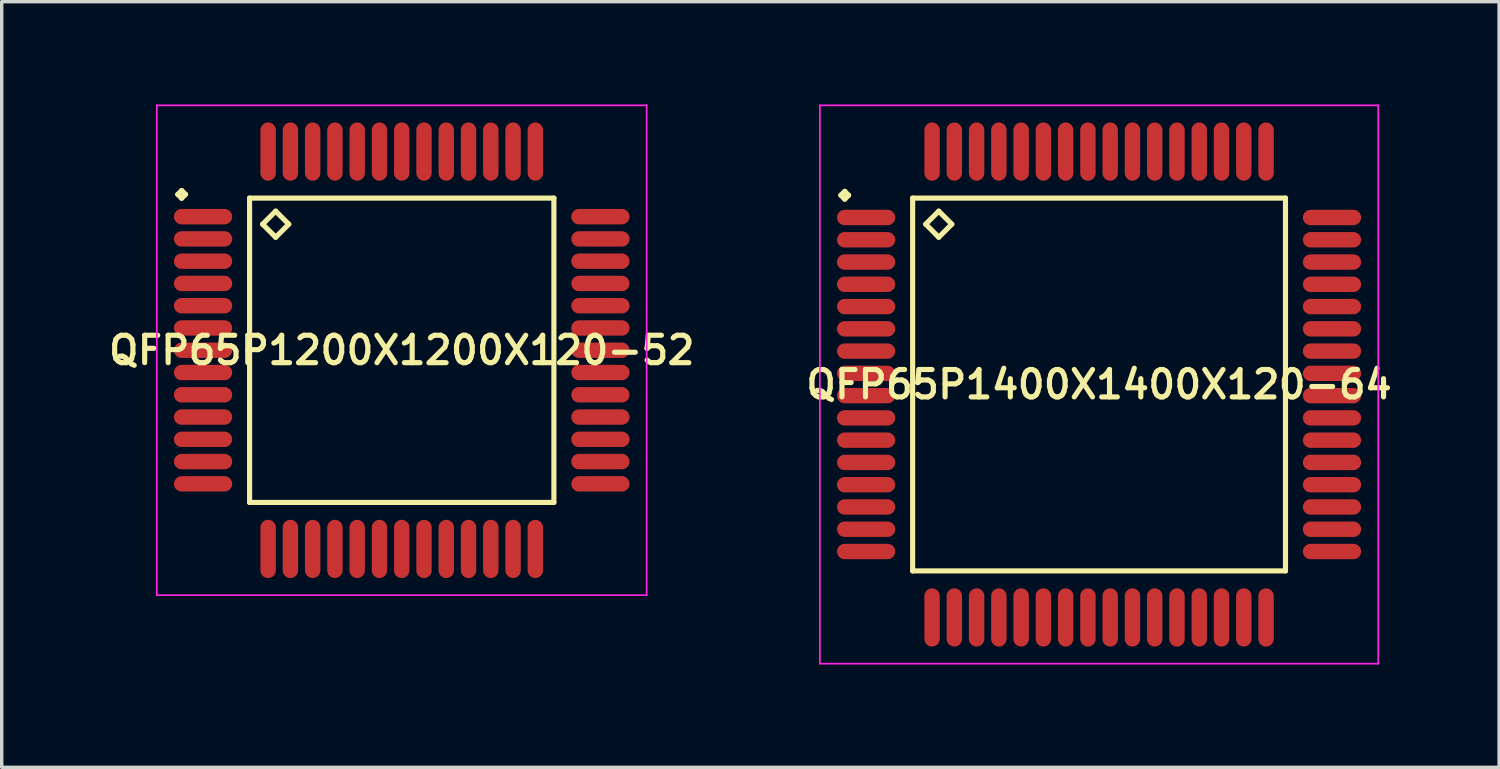
<source format=kicad_pcb>
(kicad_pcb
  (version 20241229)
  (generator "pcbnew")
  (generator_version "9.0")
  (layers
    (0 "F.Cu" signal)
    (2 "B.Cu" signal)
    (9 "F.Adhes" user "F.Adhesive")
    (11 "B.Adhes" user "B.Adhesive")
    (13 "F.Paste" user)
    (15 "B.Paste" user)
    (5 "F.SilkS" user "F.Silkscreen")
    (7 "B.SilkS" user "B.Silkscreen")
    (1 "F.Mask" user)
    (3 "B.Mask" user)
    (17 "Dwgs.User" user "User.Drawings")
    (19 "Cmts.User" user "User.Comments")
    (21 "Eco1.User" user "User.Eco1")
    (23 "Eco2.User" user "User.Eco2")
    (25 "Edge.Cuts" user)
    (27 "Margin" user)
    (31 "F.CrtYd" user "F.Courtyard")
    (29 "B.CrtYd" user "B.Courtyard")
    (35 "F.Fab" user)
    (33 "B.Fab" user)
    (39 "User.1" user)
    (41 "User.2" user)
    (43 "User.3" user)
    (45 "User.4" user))
  (footprint "QFP65P1400X1400X120-64"
    (layer "F.Cu")
    (at 29.035 8.175)
    (property "Reference" "QFP65P1400X1400X120-64" (at 0 0 0) (layer "F.SilkS") (effects (font (size 0.8 0.8) (thickness 0.15))))
    (attr smd)
    (fp_line (start -7.537 -5.525) (end -7.425 -5.638) (stroke (width 0.15) (type solid)) (layer "F.SilkS"))
    (fp_line (start -7.425 -5.638) (end -7.312 -5.525) (stroke (width 0.15) (type solid)) (layer "F.SilkS"))
    (fp_line (start -7.425 -5.412) (end -7.537 -5.525) (stroke (width 0.15) (type solid)) (layer "F.SilkS"))
    (fp_line (start -7.312 -5.525) (end -7.425 -5.412) (stroke (width 0.15) (type solid)) (layer "F.SilkS"))
    (fp_line (start -5.442 -5.442) (end -5.442 5.442) (stroke (width 0.15) (type solid)) (layer "F.SilkS"))
    (fp_line (start -5.442 5.442) (end 5.442 5.442) (stroke (width 0.15) (type solid)) (layer "F.SilkS"))
    (fp_line (start -5.061 -4.68) (end -4.68 -5.061) (stroke (width 0.15) (type solid)) (layer "F.SilkS"))
    (fp_line (start -4.68 -5.061) (end -4.299 -4.68) (stroke (width 0.15) (type solid)) (layer "F.SilkS"))
    (fp_line (start -4.68 -4.299) (end -5.061 -4.68) (stroke (width 0.15) (type solid)) (layer "F.SilkS"))
    (fp_line (start -4.299 -4.68) (end -4.68 -4.299) (stroke (width 0.15) (type solid)) (layer "F.SilkS"))
    (fp_line (start 5.442 -5.442) (end -5.442 -5.442) (stroke (width 0.15) (type solid)) (layer "F.SilkS"))
    (fp_line (start 5.442 5.442) (end 5.442 -5.442) (stroke (width 0.15) (type solid)) (layer "F.SilkS"))
    (fp_line (start -8.15 -8.15) (end 8.15 -8.15) (stroke (width 0.05) (type solid)) (layer "F.CrtYd"))
    (fp_line (start -8.15 8.15) (end -8.15 -8.15) (stroke (width 0.05) (type solid)) (layer "F.CrtYd"))
    (fp_line (start 8.15 -8.15) (end 8.15 8.15) (stroke (width 0.05) (type solid)) (layer "F.CrtYd"))
    (fp_line (start 8.15 8.15) (end -8.15 8.15) (stroke (width 0.05) (type solid)) (layer "F.CrtYd"))
    (pad "1" smd oval (at -6.8 -4.875) (size 1.7 0.45) (layers "F.Cu" "F.Mask" "F.Paste"))
    (pad "2" smd oval (at -6.8 -4.225) (size 1.7 0.45) (layers "F.Cu" "F.Mask" "F.Paste"))
    (pad "3" smd oval (at -6.8 -3.575) (size 1.7 0.45) (layers "F.Cu" "F.Mask" "F.Paste"))
    (pad "4" smd oval (at -6.8 -2.925) (size 1.7 0.45) (layers "F.Cu" "F.Mask" "F.Paste"))
    (pad "5" smd oval (at -6.8 -2.275) (size 1.7 0.45) (layers "F.Cu" "F.Mask" "F.Paste"))
    (pad "6" smd oval (at -6.8 -1.625) (size 1.7 0.45) (layers "F.Cu" "F.Mask" "F.Paste"))
    (pad "7" smd oval (at -6.8 -0.975) (size 1.7 0.45) (layers "F.Cu" "F.Mask" "F.Paste"))
    (pad "8" smd oval (at -6.8 -0.325) (size 1.7 0.45) (layers "F.Cu" "F.Mask" "F.Paste"))
    (pad "9" smd oval (at -6.8 0.325) (size 1.7 0.45) (layers "F.Cu" "F.Mask" "F.Paste"))
    (pad "10" smd oval (at -6.8 0.975) (size 1.7 0.45) (layers "F.Cu" "F.Mask" "F.Paste"))
    (pad "11" smd oval (at -6.8 1.625) (size 1.7 0.45) (layers "F.Cu" "F.Mask" "F.Paste"))
    (pad "12" smd oval (at -6.8 2.275) (size 1.7 0.45) (layers "F.Cu" "F.Mask" "F.Paste"))
    (pad "13" smd oval (at -6.8 2.925) (size 1.7 0.45) (layers "F.Cu" "F.Mask" "F.Paste"))
    (pad "14" smd oval (at -6.8 3.575) (size 1.7 0.45) (layers "F.Cu" "F.Mask" "F.Paste"))
    (pad "15" smd oval (at -6.8 4.225) (size 1.7 0.45) (layers "F.Cu" "F.Mask" "F.Paste"))
    (pad "16" smd oval (at -6.8 4.875) (size 1.7 0.45) (layers "F.Cu" "F.Mask" "F.Paste"))
    (pad "17" smd oval (at -4.875 6.8) (size 0.45 1.7) (layers "F.Cu" "F.Mask" "F.Paste"))
    (pad "18" smd oval (at -4.225 6.8) (size 0.45 1.7) (layers "F.Cu" "F.Mask" "F.Paste"))
    (pad "19" smd oval (at -3.575 6.8) (size 0.45 1.7) (layers "F.Cu" "F.Mask" "F.Paste"))
    (pad "20" smd oval (at -2.925 6.8) (size 0.45 1.7) (layers "F.Cu" "F.Mask" "F.Paste"))
    (pad "21" smd oval (at -2.275 6.8) (size 0.45 1.7) (layers "F.Cu" "F.Mask" "F.Paste"))
    (pad "22" smd oval (at -1.625 6.8) (size 0.45 1.7) (layers "F.Cu" "F.Mask" "F.Paste"))
    (pad "23" smd oval (at -0.975 6.8) (size 0.45 1.7) (layers "F.Cu" "F.Mask" "F.Paste"))
    (pad "24" smd oval (at -0.325 6.8) (size 0.45 1.7) (layers "F.Cu" "F.Mask" "F.Paste"))
    (pad "25" smd oval (at 0.325 6.8) (size 0.45 1.7) (layers "F.Cu" "F.Mask" "F.Paste"))
    (pad "26" smd oval (at 0.975 6.8) (size 0.45 1.7) (layers "F.Cu" "F.Mask" "F.Paste"))
    (pad "27" smd oval (at 1.625 6.8) (size 0.45 1.7) (layers "F.Cu" "F.Mask" "F.Paste"))
    (pad "28" smd oval (at 2.275 6.8) (size 0.45 1.7) (layers "F.Cu" "F.Mask" "F.Paste"))
    (pad "29" smd oval (at 2.925 6.8) (size 0.45 1.7) (layers "F.Cu" "F.Mask" "F.Paste"))
    (pad "30" smd oval (at 3.575 6.8) (size 0.45 1.7) (layers "F.Cu" "F.Mask" "F.Paste"))
    (pad "31" smd oval (at 4.225 6.8) (size 0.45 1.7) (layers "F.Cu" "F.Mask" "F.Paste"))
    (pad "32" smd oval (at 4.875 6.8) (size 0.45 1.7) (layers "F.Cu" "F.Mask" "F.Paste"))
    (pad "33" smd oval (at 6.8 4.875) (size 1.7 0.45) (layers "F.Cu" "F.Mask" "F.Paste"))
    (pad "34" smd oval (at 6.8 4.225) (size 1.7 0.45) (layers "F.Cu" "F.Mask" "F.Paste"))
    (pad "35" smd oval (at 6.8 3.575) (size 1.7 0.45) (layers "F.Cu" "F.Mask" "F.Paste"))
    (pad "36" smd oval (at 6.8 2.925) (size 1.7 0.45) (layers "F.Cu" "F.Mask" "F.Paste"))
    (pad "37" smd oval (at 6.8 2.275) (size 1.7 0.45) (layers "F.Cu" "F.Mask" "F.Paste"))
    (pad "38" smd oval (at 6.8 1.625) (size 1.7 0.45) (layers "F.Cu" "F.Mask" "F.Paste"))
    (pad "39" smd oval (at 6.8 0.975) (size 1.7 0.45) (layers "F.Cu" "F.Mask" "F.Paste"))
    (pad "40" smd oval (at 6.8 0.325) (size 1.7 0.45) (layers "F.Cu" "F.Mask" "F.Paste"))
    (pad "41" smd oval (at 6.8 -0.325) (size 1.7 0.45) (layers "F.Cu" "F.Mask" "F.Paste"))
    (pad "42" smd oval (at 6.8 -0.975) (size 1.7 0.45) (layers "F.Cu" "F.Mask" "F.Paste"))
    (pad "43" smd oval (at 6.8 -1.625) (size 1.7 0.45) (layers "F.Cu" "F.Mask" "F.Paste"))
    (pad "44" smd oval (at 6.8 -2.275) (size 1.7 0.45) (layers "F.Cu" "F.Mask" "F.Paste"))
    (pad "45" smd oval (at 6.8 -2.925) (size 1.7 0.45) (layers "F.Cu" "F.Mask" "F.Paste"))
    (pad "46" smd oval (at 6.8 -3.575) (size 1.7 0.45) (layers "F.Cu" "F.Mask" "F.Paste"))
    (pad "47" smd oval (at 6.8 -4.225) (size 1.7 0.45) (layers "F.Cu" "F.Mask" "F.Paste"))
    (pad "48" smd oval (at 6.8 -4.875) (size 1.7 0.45) (layers "F.Cu" "F.Mask" "F.Paste"))
    (pad "49" smd oval (at 4.875 -6.8) (size 0.45 1.7) (layers "F.Cu" "F.Mask" "F.Paste"))
    (pad "50" smd oval (at 4.225 -6.8) (size 0.45 1.7) (layers "F.Cu" "F.Mask" "F.Paste"))
    (pad "51" smd oval (at 3.575 -6.8) (size 0.45 1.7) (layers "F.Cu" "F.Mask" "F.Paste"))
    (pad "52" smd oval (at 2.925 -6.8) (size 0.45 1.7) (layers "F.Cu" "F.Mask" "F.Paste"))
    (pad "53" smd oval (at 2.275 -6.8) (size 0.45 1.7) (layers "F.Cu" "F.Mask" "F.Paste"))
    (pad "54" smd oval (at 1.625 -6.8) (size 0.45 1.7) (layers "F.Cu" "F.Mask" "F.Paste"))
    (pad "55" smd oval (at 0.975 -6.8) (size 0.45 1.7) (layers "F.Cu" "F.Mask" "F.Paste"))
    (pad "56" smd oval (at 0.325 -6.8) (size 0.45 1.7) (layers "F.Cu" "F.Mask" "F.Paste"))
    (pad "57" smd oval (at -0.325 -6.8) (size 0.45 1.7) (layers "F.Cu" "F.Mask" "F.Paste"))
    (pad "58" smd oval (at -0.975 -6.8) (size 0.45 1.7) (layers "F.Cu" "F.Mask" "F.Paste"))
    (pad "59" smd oval (at -1.625 -6.8) (size 0.45 1.7) (layers "F.Cu" "F.Mask" "F.Paste"))
    (pad "60" smd oval (at -2.275 -6.8) (size 0.45 1.7) (layers "F.Cu" "F.Mask" "F.Paste"))
    (pad "61" smd oval (at -2.925 -6.8) (size 0.45 1.7) (layers "F.Cu" "F.Mask" "F.Paste"))
    (pad "62" smd oval (at -3.575 -6.8) (size 0.45 1.7) (layers "F.Cu" "F.Mask" "F.Paste"))
    (pad "63" smd oval (at -4.225 -6.8) (size 0.45 1.7) (layers "F.Cu" "F.Mask" "F.Paste"))
    (pad "64" smd oval (at -4.875 -6.8) (size 0.45 1.7) (layers "F.Cu" "F.Mask" "F.Paste")))
  (footprint "QFP65P1200X1200X120-52"
    (layer "F.Cu")
    (at 8.678 7.175)
    (property "Reference" "QFP65P1200X1200X120-52" (at 0 0 0) (layer "F.SilkS") (effects (font (size 0.8 0.8) (thickness 0.15))))
    (attr smd)
    (fp_line (start -6.537 -4.55) (end -6.425 -4.662) (stroke (width 0.15) (type solid)) (layer "F.SilkS"))
    (fp_line (start -6.425 -4.662) (end -6.312 -4.55) (stroke (width 0.15) (type solid)) (layer "F.SilkS"))
    (fp_line (start -6.425 -4.438) (end -6.537 -4.55) (stroke (width 0.15) (type solid)) (layer "F.SilkS"))
    (fp_line (start -6.312 -4.55) (end -6.425 -4.438) (stroke (width 0.15) (type solid)) (layer "F.SilkS"))
    (fp_line (start -4.442 -4.442) (end -4.442 4.442) (stroke (width 0.15) (type solid)) (layer "F.SilkS"))
    (fp_line (start -4.442 4.442) (end 4.442 4.442) (stroke (width 0.15) (type solid)) (layer "F.SilkS"))
    (fp_line (start -4.061 -3.68) (end -3.68 -4.061) (stroke (width 0.15) (type solid)) (layer "F.SilkS"))
    (fp_line (start -3.68 -4.061) (end -3.299 -3.68) (stroke (width 0.15) (type solid)) (layer "F.SilkS"))
    (fp_line (start -3.68 -3.299) (end -4.061 -3.68) (stroke (width 0.15) (type solid)) (layer "F.SilkS"))
    (fp_line (start -3.299 -3.68) (end -3.68 -3.299) (stroke (width 0.15) (type solid)) (layer "F.SilkS"))
    (fp_line (start 4.442 -4.442) (end -4.442 -4.442) (stroke (width 0.15) (type solid)) (layer "F.SilkS"))
    (fp_line (start 4.442 4.442) (end 4.442 -4.442) (stroke (width 0.15) (type solid)) (layer "F.SilkS"))
    (fp_line (start -7.15 -7.15) (end 7.15 -7.15) (stroke (width 0.05) (type solid)) (layer "F.CrtYd"))
    (fp_line (start -7.15 7.15) (end -7.15 -7.15) (stroke (width 0.05) (type solid)) (layer "F.CrtYd"))
    (fp_line (start 7.15 -7.15) (end 7.15 7.15) (stroke (width 0.05) (type solid)) (layer "F.CrtYd"))
    (fp_line (start 7.15 7.15) (end -7.15 7.15) (stroke (width 0.05) (type solid)) (layer "F.CrtYd"))
    (pad "1" smd oval (at -5.8 -3.9) (size 1.7 0.45) (layers "F.Cu" "F.Mask" "F.Paste"))
    (pad "2" smd oval (at -5.8 -3.25) (size 1.7 0.45) (layers "F.Cu" "F.Mask" "F.Paste"))
    (pad "3" smd oval (at -5.8 -2.6) (size 1.7 0.45) (layers "F.Cu" "F.Mask" "F.Paste"))
    (pad "4" smd oval (at -5.8 -1.95) (size 1.7 0.45) (layers "F.Cu" "F.Mask" "F.Paste"))
    (pad "5" smd oval (at -5.8 -1.3) (size 1.7 0.45) (layers "F.Cu" "F.Mask" "F.Paste"))
    (pad "6" smd oval (at -5.8 -0.65) (size 1.7 0.45) (layers "F.Cu" "F.Mask" "F.Paste"))
    (pad "7" smd oval (at -5.8 0) (size 1.7 0.45) (layers "F.Cu" "F.Mask" "F.Paste"))
    (pad "8" smd oval (at -5.8 0.65) (size 1.7 0.45) (layers "F.Cu" "F.Mask" "F.Paste"))
    (pad "9" smd oval (at -5.8 1.3) (size 1.7 0.45) (layers "F.Cu" "F.Mask" "F.Paste"))
    (pad "10" smd oval (at -5.8 1.95) (size 1.7 0.45) (layers "F.Cu" "F.Mask" "F.Paste"))
    (pad "11" smd oval (at -5.8 2.6) (size 1.7 0.45) (layers "F.Cu" "F.Mask" "F.Paste"))
    (pad "12" smd oval (at -5.8 3.25) (size 1.7 0.45) (layers "F.Cu" "F.Mask" "F.Paste"))
    (pad "13" smd oval (at -5.8 3.9) (size 1.7 0.45) (layers "F.Cu" "F.Mask" "F.Paste"))
    (pad "14" smd oval (at -3.9 5.8) (size 0.45 1.7) (layers "F.Cu" "F.Mask" "F.Paste"))
    (pad "15" smd oval (at -3.25 5.8) (size 0.45 1.7) (layers "F.Cu" "F.Mask" "F.Paste"))
    (pad "16" smd oval (at -2.6 5.8) (size 0.45 1.7) (layers "F.Cu" "F.Mask" "F.Paste"))
    (pad "17" smd oval (at -1.95 5.8) (size 0.45 1.7) (layers "F.Cu" "F.Mask" "F.Paste"))
    (pad "18" smd oval (at -1.3 5.8) (size 0.45 1.7) (layers "F.Cu" "F.Mask" "F.Paste"))
    (pad "19" smd oval (at -0.65 5.8) (size 0.45 1.7) (layers "F.Cu" "F.Mask" "F.Paste"))
    (pad "20" smd oval (at 0 5.8) (size 0.45 1.7) (layers "F.Cu" "F.Mask" "F.Paste"))
    (pad "21" smd oval (at 0.65 5.8) (size 0.45 1.7) (layers "F.Cu" "F.Mask" "F.Paste"))
    (pad "22" smd oval (at 1.3 5.8) (size 0.45 1.7) (layers "F.Cu" "F.Mask" "F.Paste"))
    (pad "23" smd oval (at 1.95 5.8) (size 0.45 1.7) (layers "F.Cu" "F.Mask" "F.Paste"))
    (pad "24" smd oval (at 2.6 5.8) (size 0.45 1.7) (layers "F.Cu" "F.Mask" "F.Paste"))
    (pad "25" smd oval (at 3.25 5.8) (size 0.45 1.7) (layers "F.Cu" "F.Mask" "F.Paste"))
    (pad "26" smd oval (at 3.9 5.8) (size 0.45 1.7) (layers "F.Cu" "F.Mask" "F.Paste"))
    (pad "27" smd oval (at 5.8 3.9) (size 1.7 0.45) (layers "F.Cu" "F.Mask" "F.Paste"))
    (pad "28" smd oval (at 5.8 3.25) (size 1.7 0.45) (layers "F.Cu" "F.Mask" "F.Paste"))
    (pad "29" smd oval (at 5.8 2.6) (size 1.7 0.45) (layers "F.Cu" "F.Mask" "F.Paste"))
    (pad "30" smd oval (at 5.8 1.95) (size 1.7 0.45) (layers "F.Cu" "F.Mask" "F.Paste"))
    (pad "31" smd oval (at 5.8 1.3) (size 1.7 0.45) (layers "F.Cu" "F.Mask" "F.Paste"))
    (pad "32" smd oval (at 5.8 0.65) (size 1.7 0.45) (layers "F.Cu" "F.Mask" "F.Paste"))
    (pad "33" smd oval (at 5.8 0) (size 1.7 0.45) (layers "F.Cu" "F.Mask" "F.Paste"))
    (pad "34" smd oval (at 5.8 -0.65) (size 1.7 0.45) (layers "F.Cu" "F.Mask" "F.Paste"))
    (pad "35" smd oval (at 5.8 -1.3) (size 1.7 0.45) (layers "F.Cu" "F.Mask" "F.Paste"))
    (pad "36" smd oval (at 5.8 -1.95) (size 1.7 0.45) (layers "F.Cu" "F.Mask" "F.Paste"))
    (pad "37" smd oval (at 5.8 -2.6) (size 1.7 0.45) (layers "F.Cu" "F.Mask" "F.Paste"))
    (pad "38" smd oval (at 5.8 -3.25) (size 1.7 0.45) (layers "F.Cu" "F.Mask" "F.Paste"))
    (pad "39" smd oval (at 5.8 -3.9) (size 1.7 0.45) (layers "F.Cu" "F.Mask" "F.Paste"))
    (pad "40" smd oval (at 3.9 -5.8) (size 0.45 1.7) (layers "F.Cu" "F.Mask" "F.Paste"))
    (pad "41" smd oval (at 3.25 -5.8) (size 0.45 1.7) (layers "F.Cu" "F.Mask" "F.Paste"))
    (pad "42" smd oval (at 2.6 -5.8) (size 0.45 1.7) (layers "F.Cu" "F.Mask" "F.Paste"))
    (pad "43" smd oval (at 1.95 -5.8) (size 0.45 1.7) (layers "F.Cu" "F.Mask" "F.Paste"))
    (pad "44" smd oval (at 1.3 -5.8) (size 0.45 1.7) (layers "F.Cu" "F.Mask" "F.Paste"))
    (pad "45" smd oval (at 0.65 -5.8) (size 0.45 1.7) (layers "F.Cu" "F.Mask" "F.Paste"))
    (pad "46" smd oval (at 0 -5.8) (size 0.45 1.7) (layers "F.Cu" "F.Mask" "F.Paste"))
    (pad "47" smd oval (at -0.65 -5.8) (size 0.45 1.7) (layers "F.Cu" "F.Mask" "F.Paste"))
    (pad "48" smd oval (at -1.3 -5.8) (size 0.45 1.7) (layers "F.Cu" "F.Mask" "F.Paste"))
    (pad "49" smd oval (at -1.95 -5.8) (size 0.45 1.7) (layers "F.Cu" "F.Mask" "F.Paste"))
    (pad "50" smd oval (at -2.6 -5.8) (size 0.45 1.7) (layers "F.Cu" "F.Mask" "F.Paste"))
    (pad "51" smd oval (at -3.25 -5.8) (size 0.45 1.7) (layers "F.Cu" "F.Mask" "F.Paste"))
    (pad "52" smd oval (at -3.9 -5.8) (size 0.45 1.7) (layers "F.Cu" "F.Mask" "F.Paste")))
  (gr_rect
    (start -3 -3)
    (end 40.713 19.35)
    (stroke (width 0.1) (type default))
    (fill no)
    (layer "Edge.Cuts")))
</source>
